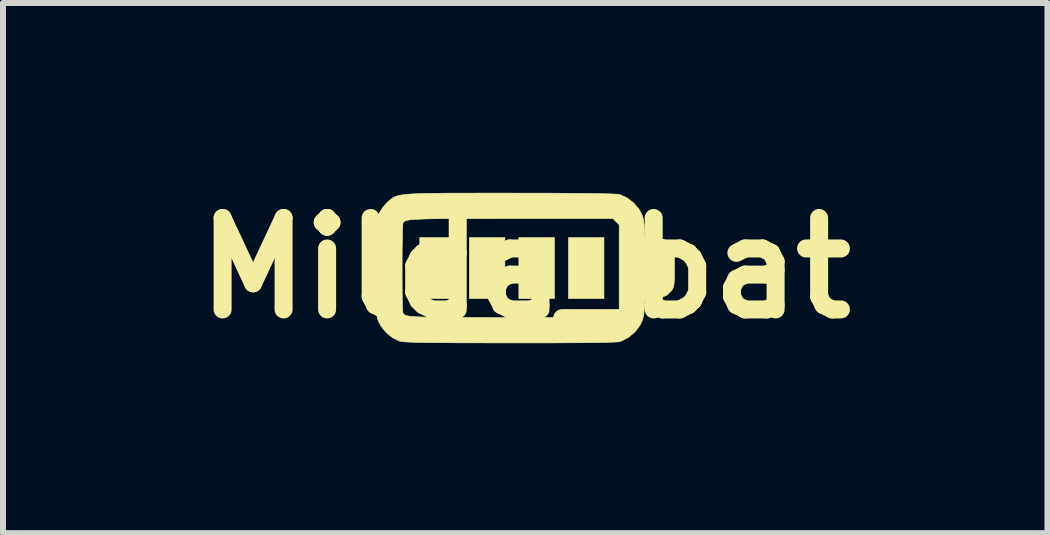
<source format=kicad_pcb>
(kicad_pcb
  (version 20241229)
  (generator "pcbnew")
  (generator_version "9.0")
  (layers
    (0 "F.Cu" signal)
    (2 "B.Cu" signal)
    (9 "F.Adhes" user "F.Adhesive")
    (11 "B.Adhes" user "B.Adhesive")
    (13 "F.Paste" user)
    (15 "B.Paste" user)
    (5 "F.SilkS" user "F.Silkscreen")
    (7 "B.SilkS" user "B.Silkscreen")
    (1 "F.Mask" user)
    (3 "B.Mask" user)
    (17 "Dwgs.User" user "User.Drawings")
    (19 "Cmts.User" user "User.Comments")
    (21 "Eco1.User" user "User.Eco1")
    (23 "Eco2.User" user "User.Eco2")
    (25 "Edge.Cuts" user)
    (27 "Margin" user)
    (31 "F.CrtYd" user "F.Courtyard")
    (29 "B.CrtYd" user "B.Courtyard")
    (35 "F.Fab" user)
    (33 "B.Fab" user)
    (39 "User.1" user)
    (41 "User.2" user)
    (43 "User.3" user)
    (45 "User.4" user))
  (footprint "Milda_bat"
    (layer "F.Cu")
    (at 5.704 1.418)
    (property "Reference" "Milda_bat" (at 0 0 0) (layer "F.SilkS") (effects (font (size 1.524 1.524) (thickness 0.3))))
    (attr through_hole)
    (fp_poly (pts (xy -1.164 0.508) (xy -1.757 0.508) (xy -1.757 -0.508) (xy -1.164 -0.508) (xy -1.164 0.508)) (stroke (width 0.01) (type solid)) (fill yes) (layer "F.SilkS"))
    (fp_poly (pts (xy -0.339 0.508) (xy -0.931 0.508) (xy -0.931 -0.508) (xy -0.339 -0.508) (xy -0.339 0.508)) (stroke (width 0.01) (type solid)) (fill yes) (layer "F.SilkS"))
    (fp_poly (pts (xy 0.487 0.508) (xy -0.106 0.508) (xy -0.106 -0.508) (xy 0.487 -0.508) (xy 0.487 0.508)) (stroke (width 0.01) (type solid)) (fill yes) (layer "F.SilkS"))
    (fp_poly (pts (xy 1.312 0.508) (xy 0.72 0.508) (xy 0.72 -0.508) (xy 1.312 -0.508) (xy 1.312 0.508)) (stroke (width 0.01) (type solid)) (fill yes) (layer "F.SilkS"))
    (fp_poly (pts (xy -0.245 -1.249) (xy 0.103 -1.248) (xy 0.417 -1.248) (xy 0.695 -1.246) (xy 0.937 -1.244) (xy 1.141 -1.242) (xy 1.307 -1.239) (xy 1.434 -1.236) (xy 1.521 -1.232) (xy 1.566 -1.228) (xy 1.57 -1.227) (xy 1.689 -1.175) (xy 1.801 -1.092) (xy 1.891 -0.988) (xy 1.912 -0.954) (xy 1.948 -0.881) (xy 1.97 -0.809) (xy 1.982 -0.721) (xy 1.985 -0.674) (xy 1.995 -0.508) (xy 2.12 -0.508) (xy 2.249 -0.496) (xy 2.348 -0.46) (xy 2.422 -0.397) (xy 2.436 -0.378) (xy 2.456 -0.348) (xy 2.47 -0.317) (xy 2.479 -0.277) (xy 2.484 -0.22) (xy 2.486 -0.139) (xy 2.487 -0.024) (xy 2.487 0) (xy 2.487 0.121) (xy 2.485 0.208) (xy 2.48 0.268) (xy 2.472 0.31) (xy 2.459 0.343) (xy 2.44 0.372) (xy 2.436 0.378) (xy 2.366 0.448) (xy 2.274 0.49) (xy 2.152 0.507) (xy 2.12 0.508) (xy 1.995 0.508) (xy 1.985 0.674) (xy 1.976 0.775) (xy 1.959 0.851) (xy 1.929 0.922) (xy 1.912 0.954) (xy 1.831 1.062) (xy 1.725 1.152) (xy 1.606 1.215) (xy 1.57 1.227) (xy 1.533 1.231) (xy 1.454 1.235) (xy 1.334 1.238) (xy 1.175 1.241) (xy 0.976 1.244) (xy 0.74 1.245) (xy 0.466 1.247) (xy 0.157 1.247) (xy -0.189 1.247) (xy -0.254 1.247) (xy -0.576 1.247) (xy -0.859 1.246) (xy -1.105 1.246) (xy -1.316 1.244) (xy -1.496 1.243) (xy -1.646 1.241) (xy -1.77 1.239) (xy -1.87 1.236) (xy -1.949 1.233) (xy -2.009 1.229) (xy -2.053 1.224) (xy -2.084 1.219) (xy -2.097 1.216) (xy -2.208 1.163) (xy -2.312 1.079) (xy -2.398 0.975) (xy -2.437 0.906) (xy -2.45 0.876) (xy -2.46 0.848) (xy -2.468 0.817) (xy -2.475 0.777) (xy -2.48 0.726) (xy -2.483 0.657) (xy -2.485 0.567) (xy -2.486 0.451) (xy -2.487 0.304) (xy -2.487 0.122) (xy -2.487 0) (xy -2.487 -0.013) (xy -2.052 -0.013) (xy -2.052 0.142) (xy -2.051 0.292) (xy -2.05 0.431) (xy -2.048 0.552) (xy -2.045 0.65) (xy -2.042 0.718) (xy -2.038 0.752) (xy -2.037 0.753) (xy -2.027 0.766) (xy -2.015 0.777) (xy -1.997 0.787) (xy -1.97 0.795) (xy -1.932 0.802) (xy -1.881 0.807) (xy -1.812 0.812) (xy -1.724 0.816) (xy -1.614 0.819) (xy -1.479 0.821) (xy -1.317 0.823) (xy -1.124 0.824) (xy -0.897 0.824) (xy -0.635 0.825) (xy -0.334 0.825) (xy -0.237 0.825) (xy 1.462 0.826) (xy 1.566 0.722) (xy 1.566 -0.722) (xy 1.514 -0.774) (xy 1.462 -0.826) (xy -0.233 -0.826) (xy -0.547 -0.825) (xy -0.821 -0.825) (xy -1.058 -0.825) (xy -1.261 -0.824) (xy -1.433 -0.823) (xy -1.576 -0.821) (xy -1.693 -0.818) (xy -1.787 -0.814) (xy -1.861 -0.81) (xy -1.918 -0.804) (xy -1.96 -0.798) (xy -1.99 -0.79) (xy -2.01 -0.781) (xy -2.024 -0.77) (xy -2.034 -0.757) (xy -2.037 -0.754) (xy -2.041 -0.727) (xy -2.044 -0.664) (xy -2.047 -0.571) (xy -2.049 -0.453) (xy -2.051 -0.317) (xy -2.052 -0.168) (xy -2.052 -0.013) (xy -2.487 -0.013) (xy -2.487 -0.204) (xy -2.487 -0.371) (xy -2.486 -0.504) (xy -2.484 -0.608) (xy -2.482 -0.689) (xy -2.478 -0.749) (xy -2.472 -0.795) (xy -2.465 -0.831) (xy -2.456 -0.86) (xy -2.444 -0.888) (xy -2.437 -0.906) (xy -2.382 -0.999) (xy -2.309 -1.085) (xy -2.291 -1.102) (xy -2.262 -1.127) (xy -2.236 -1.149) (xy -2.209 -1.169) (xy -2.179 -1.185) (xy -2.142 -1.2) (xy -2.097 -1.212) (xy -2.04 -1.221) (xy -1.968 -1.229) (xy -1.88 -1.236) (xy -1.77 -1.24) (xy -1.638 -1.244) (xy -1.481 -1.246) (xy -1.294 -1.248) (xy -1.076 -1.248) (xy -0.824 -1.249) (xy -0.535 -1.249) (xy -0.245 -1.249)) (stroke (width 0.01) (type solid)) (fill yes) (layer "F.SilkS")))
  (gr_rect
    (start -3 -3)
    (end 14.408 5.836)
    (stroke (width 0.1) (type default))
    (fill no)
    (layer "Edge.Cuts")))
</source>
